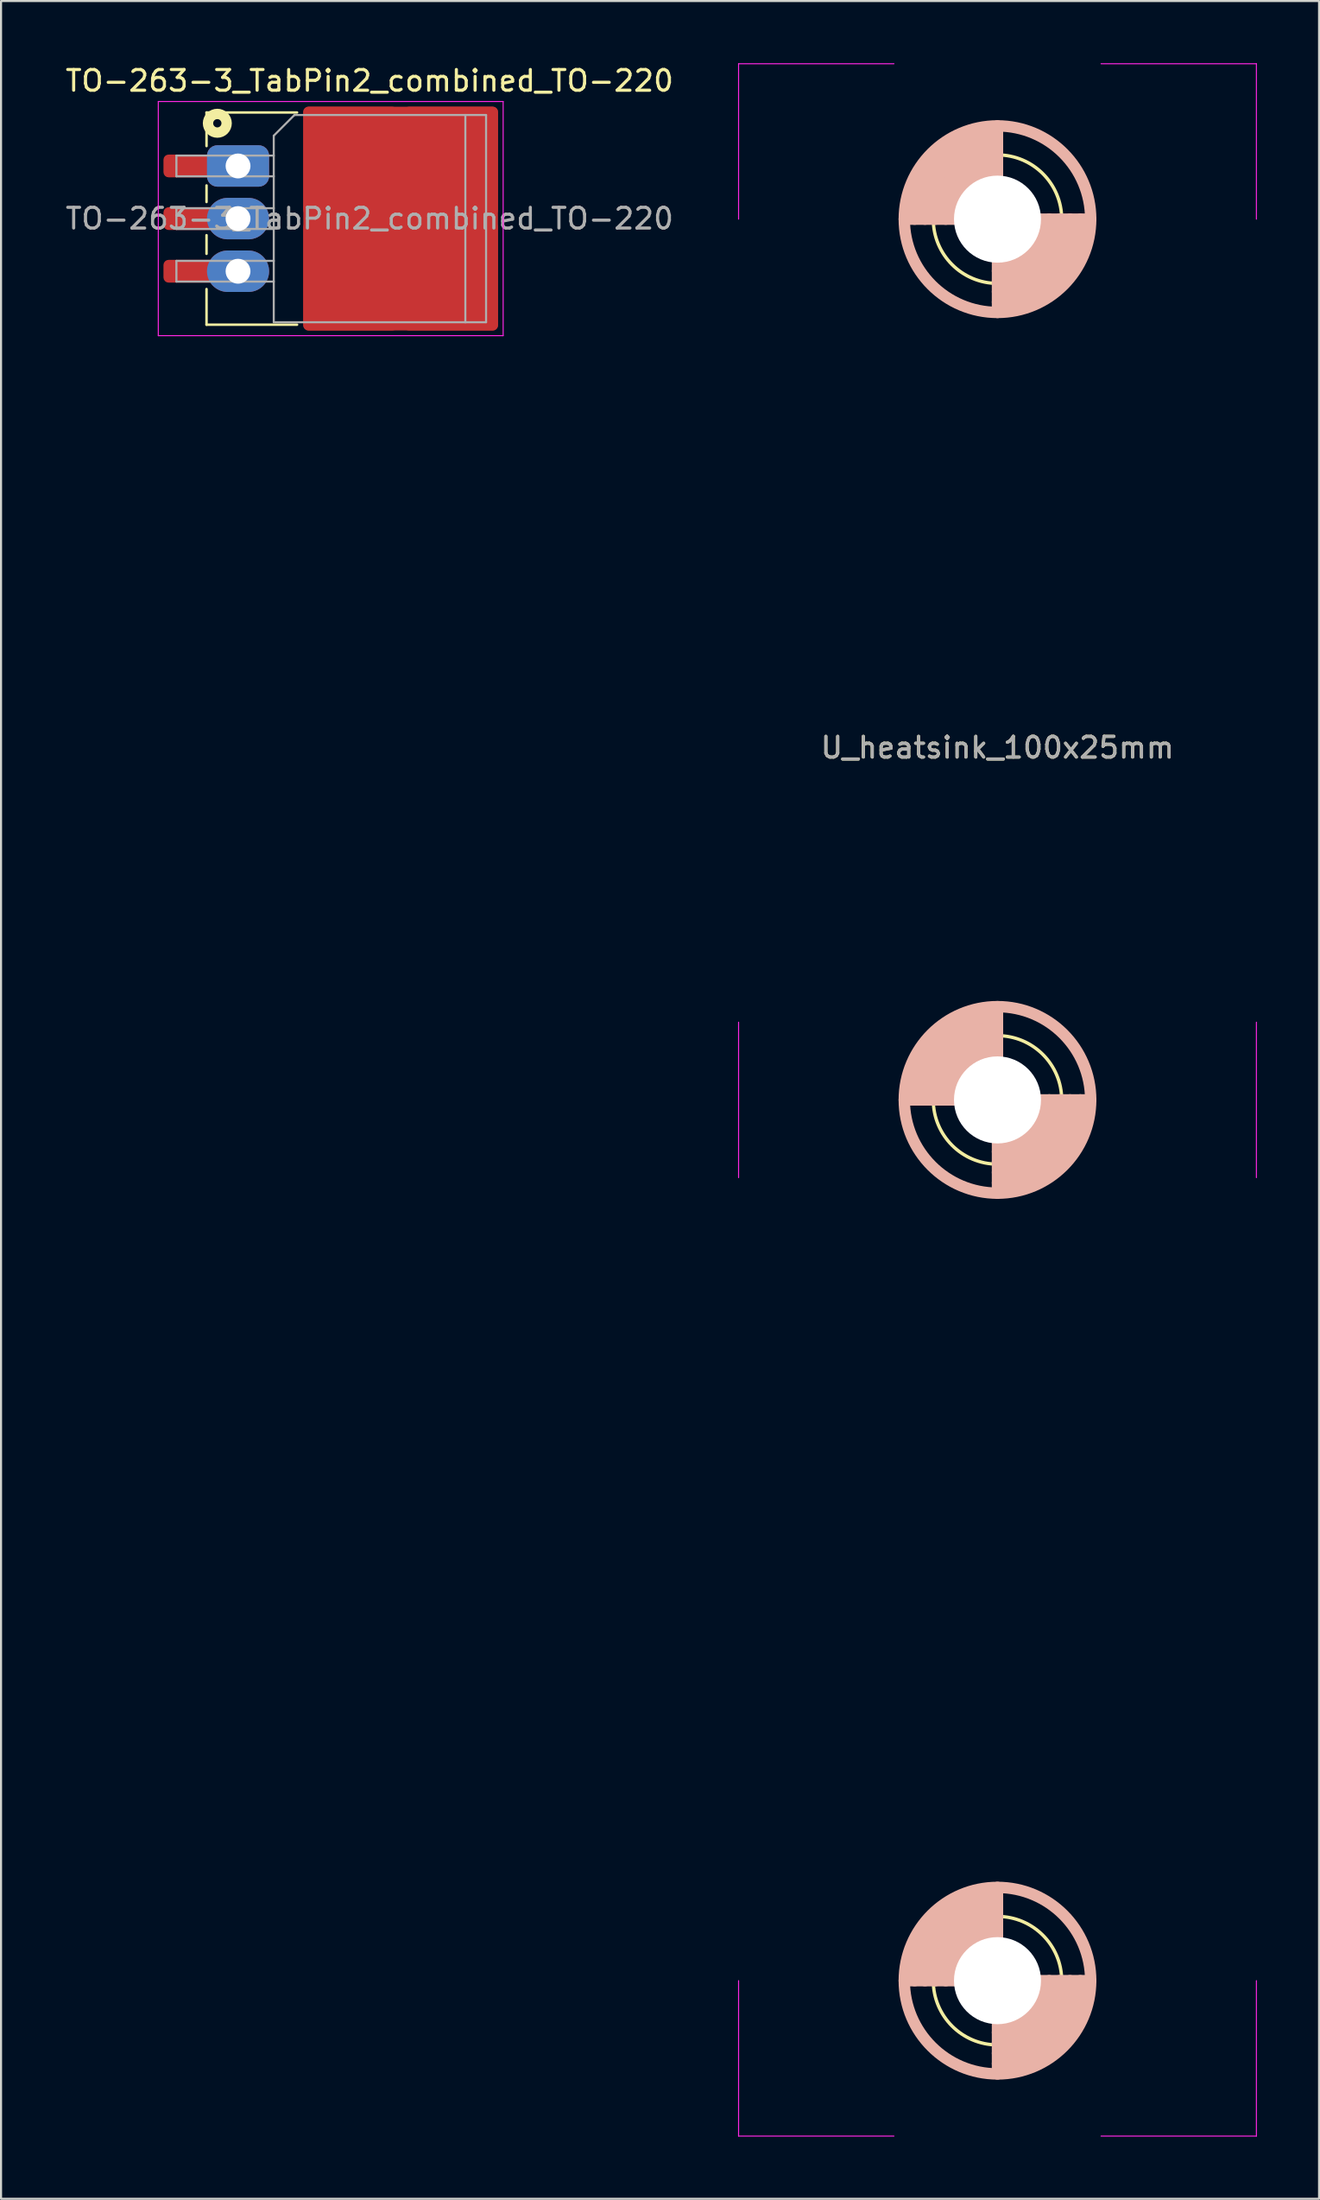
<source format=kicad_pcb>
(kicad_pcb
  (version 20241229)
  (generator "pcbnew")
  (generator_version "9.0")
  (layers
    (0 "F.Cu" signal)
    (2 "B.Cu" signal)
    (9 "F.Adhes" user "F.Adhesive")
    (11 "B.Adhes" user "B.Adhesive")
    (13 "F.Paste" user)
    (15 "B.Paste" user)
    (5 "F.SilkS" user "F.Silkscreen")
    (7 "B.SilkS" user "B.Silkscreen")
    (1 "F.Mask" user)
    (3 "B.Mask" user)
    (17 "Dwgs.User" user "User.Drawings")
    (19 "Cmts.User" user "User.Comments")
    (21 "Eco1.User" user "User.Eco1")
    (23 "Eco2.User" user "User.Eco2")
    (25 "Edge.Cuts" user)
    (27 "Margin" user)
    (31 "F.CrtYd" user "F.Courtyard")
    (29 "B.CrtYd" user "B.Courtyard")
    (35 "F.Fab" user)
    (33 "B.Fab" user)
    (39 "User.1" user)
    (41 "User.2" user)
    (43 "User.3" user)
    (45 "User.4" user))
  (footprint "U_heatsink_100x25mm"
    (layer "F.Cu")
    (at 45.108 50.025)
    (property "Reference" "U_heatsink_100x25mm" (at 0 -17 0) (layer "F.SilkS") (effects (font (size 1 1) (thickness 0.15))))
    (fp_circle (center 0 -42.5) (end -3.1 -42.5) (stroke (width 0.16) (type solid)) (fill no) (layer "F.SilkS"))
    (fp_circle (center 0 0) (end -3.1 0) (stroke (width 0.16) (type solid)) (fill no) (layer "F.SilkS"))
    (fp_circle (center 0 42.5) (end -3.1 42.5) (stroke (width 0.16) (type solid)) (fill no) (layer "F.SilkS"))
    (fp_line (start -4.5 0) (end 4.5 0) (stroke (width 0.55) (type solid)) (layer "B.SilkS"))
    (fp_line (start 0 -47) (end 0 -38) (stroke (width 0.55) (type solid)) (layer "B.SilkS"))
    (fp_line (start 0 -4.5) (end 0 4.5) (stroke (width 0.55) (type solid)) (layer "B.SilkS"))
    (fp_line (start 0 47) (end 0 38) (stroke (width 0.55) (type solid)) (layer "B.SilkS"))
    (fp_line (start 4.5 -42.5) (end -4.5 -42.5) (stroke (width 0.55) (type solid)) (layer "B.SilkS"))
    (fp_line (start 4.5 42.5) (end -4.5 42.5) (stroke (width 0.55) (type solid)) (layer "B.SilkS"))
    (fp_arc (start -4 -42.5) (mid -2.828427 -45.328427) (end 0 -46.5) (stroke (width 0.55) (type solid)) (layer "B.SilkS"))
    (fp_arc (start -4 0) (mid -2.828427 -2.828427) (end 0 -4) (stroke (width 0.55) (type solid)) (layer "B.SilkS"))
    (fp_arc (start -4 42.5) (mid -2.828427 39.671573) (end 0 38.5) (stroke (width 0.55) (type solid)) (layer "B.SilkS"))
    (fp_arc (start -3.5 -42.5) (mid -2.474874 -44.974874) (end 0 -46) (stroke (width 0.55) (type solid)) (layer "B.SilkS"))
    (fp_arc (start -3.5 0) (mid -2.474874 -2.474874) (end 0 -3.5) (stroke (width 0.55) (type solid)) (layer "B.SilkS"))
    (fp_arc (start -3.5 42.5) (mid -2.474874 40.025126) (end 0 39) (stroke (width 0.55) (type solid)) (layer "B.SilkS"))
    (fp_arc (start -3 -42.5) (mid -2.12132 -44.62132) (end 0 -45.5) (stroke (width 0.55) (type solid)) (layer "B.SilkS"))
    (fp_arc (start -3 0) (mid -2.12132 -2.12132) (end 0 -3) (stroke (width 0.55) (type solid)) (layer "B.SilkS"))
    (fp_arc (start -3 42.5) (mid -2.12132 40.37868) (end 0 39.5) (stroke (width 0.55) (type solid)) (layer "B.SilkS"))
    (fp_arc (start -2.5 -42.5) (mid -1.767767 -44.267767) (end 0 -45) (stroke (width 0.55) (type solid)) (layer "B.SilkS"))
    (fp_arc (start -2.5 0) (mid -1.767767 -1.767767) (end 0 -2.5) (stroke (width 0.55) (type solid)) (layer "B.SilkS"))
    (fp_arc (start -2.5 42.5) (mid -1.767767 40.732233) (end 0 40) (stroke (width 0.55) (type solid)) (layer "B.SilkS"))
    (fp_arc (start -2 -42.5) (mid -1.414214 -43.914214) (end 0 -44.5) (stroke (width 0.55) (type solid)) (layer "B.SilkS"))
    (fp_arc (start -2 0) (mid -1.414214 -1.414214) (end 0 -2) (stroke (width 0.55) (type solid)) (layer "B.SilkS"))
    (fp_arc (start -2 42.5) (mid -1.414214 41.085786) (end 0 40.5) (stroke (width 0.55) (type solid)) (layer "B.SilkS"))
    (fp_arc (start -1.5 -42.5) (mid -1.06066 -43.56066) (end 0 -44) (stroke (width 0.55) (type solid)) (layer "B.SilkS"))
    (fp_arc (start -1.5 0) (mid -1.06066 -1.06066) (end 0 -1.5) (stroke (width 0.55) (type solid)) (layer "B.SilkS"))
    (fp_arc (start -1.5 42.5) (mid -1.06066 41.43934) (end 0 41) (stroke (width 0.55) (type solid)) (layer "B.SilkS"))
    (fp_arc (start -1 -42.5) (mid -0.707107 -43.207107) (end 0 -43.5) (stroke (width 0.55) (type solid)) (layer "B.SilkS"))
    (fp_arc (start -1 0) (mid -0.707107 -0.707107) (end 0 -1) (stroke (width 0.55) (type solid)) (layer "B.SilkS"))
    (fp_arc (start -1 42.5) (mid -0.707107 41.792893) (end 0 41.5) (stroke (width 0.55) (type solid)) (layer "B.SilkS"))
    (fp_arc (start 1 -42.5) (mid 0.707107 -41.792893) (end 0 -41.5) (stroke (width 0.55) (type solid)) (layer "B.SilkS"))
    (fp_arc (start 1 0) (mid 0.707107 0.707107) (end 0 1) (stroke (width 0.55) (type solid)) (layer "B.SilkS"))
    (fp_arc (start 1 42.5) (mid 0.707107 43.207107) (end 0 43.5) (stroke (width 0.55) (type solid)) (layer "B.SilkS"))
    (fp_arc (start 1.5 -42.5) (mid 1.06066 -41.43934) (end 0 -41) (stroke (width 0.55) (type solid)) (layer "B.SilkS"))
    (fp_arc (start 1.5 0) (mid 1.06066 1.06066) (end 0 1.5) (stroke (width 0.55) (type solid)) (layer "B.SilkS"))
    (fp_arc (start 1.5 42.5) (mid 1.06066 43.56066) (end 0 44) (stroke (width 0.55) (type solid)) (layer "B.SilkS"))
    (fp_arc (start 2 -42.5) (mid 1.414214 -41.085786) (end 0 -40.5) (stroke (width 0.55) (type solid)) (layer "B.SilkS"))
    (fp_arc (start 2 0) (mid 1.414214 1.414214) (end 0 2) (stroke (width 0.55) (type solid)) (layer "B.SilkS"))
    (fp_arc (start 2 42.5) (mid 1.414214 43.914214) (end 0 44.5) (stroke (width 0.55) (type solid)) (layer "B.SilkS"))
    (fp_arc (start 2.5 -42.5) (mid 1.767767 -40.732233) (end 0 -40) (stroke (width 0.55) (type solid)) (layer "B.SilkS"))
    (fp_arc (start 2.5 0) (mid 1.767767 1.767767) (end 0 2.5) (stroke (width 0.55) (type solid)) (layer "B.SilkS"))
    (fp_arc (start 2.5 42.5) (mid 1.767767 44.267767) (end 0 45) (stroke (width 0.55) (type solid)) (layer "B.SilkS"))
    (fp_arc (start 3 -42.5) (mid 2.12132 -40.37868) (end 0 -39.5) (stroke (width 0.55) (type solid)) (layer "B.SilkS"))
    (fp_arc (start 3 0) (mid 2.12132 2.12132) (end 0 3) (stroke (width 0.55) (type solid)) (layer "B.SilkS"))
    (fp_arc (start 3 42.5) (mid 2.12132 44.62132) (end 0 45.5) (stroke (width 0.55) (type solid)) (layer "B.SilkS"))
    (fp_arc (start 3.5 -42.5) (mid 2.474874 -40.025126) (end 0 -39) (stroke (width 0.55) (type solid)) (layer "B.SilkS"))
    (fp_arc (start 3.5 0) (mid 2.474874 2.474874) (end 0 3.5) (stroke (width 0.55) (type solid)) (layer "B.SilkS"))
    (fp_arc (start 3.5 42.5) (mid 2.474874 44.974874) (end 0 46) (stroke (width 0.55) (type solid)) (layer "B.SilkS"))
    (fp_arc (start 4 -42.5) (mid 2.828427 -39.671573) (end 0 -38.5) (stroke (width 0.55) (type solid)) (layer "B.SilkS"))
    (fp_arc (start 4 0) (mid 2.828427 2.828427) (end 0 4) (stroke (width 0.55) (type solid)) (layer "B.SilkS"))
    (fp_arc (start 4 42.5) (mid 2.828427 45.328427) (end 0 46.5) (stroke (width 0.55) (type solid)) (layer "B.SilkS"))
    (fp_circle (center 0 -42.5) (end -4.5 -42.5) (stroke (width 0.55) (type solid)) (fill no) (layer "B.SilkS"))
    (fp_circle (center 0 0) (end -4.5 0) (stroke (width 0.55) (type solid)) (fill no) (layer "B.SilkS"))
    (fp_circle (center 0 42.5) (end -4.5 42.5) (stroke (width 0.55) (type solid)) (fill no) (layer "B.SilkS"))
    (fp_line (start -12.5 -50) (end -12.5 -42.5) (stroke (width 0.05) (type solid)) (layer "F.CrtYd"))
    (fp_line (start -12.5 -50) (end -5 -50) (stroke (width 0.05) (type solid)) (layer "F.CrtYd"))
    (fp_line (start -12.5 3.75) (end -12.5 -3.75) (stroke (width 0.05) (type solid)) (layer "F.CrtYd"))
    (fp_line (start -12.5 50) (end -12.5 42.5) (stroke (width 0.05) (type solid)) (layer "F.CrtYd"))
    (fp_line (start -12.5 50) (end -5 50) (stroke (width 0.05) (type solid)) (layer "F.CrtYd"))
    (fp_line (start 12.5 -50) (end 5 -50) (stroke (width 0.05) (type solid)) (layer "F.CrtYd"))
    (fp_line (start 12.5 -50) (end 12.5 -42.5) (stroke (width 0.05) (type solid)) (layer "F.CrtYd"))
    (fp_line (start 12.5 -3.75) (end 12.5 3.75) (stroke (width 0.05) (type solid)) (layer "F.CrtYd"))
    (fp_line (start 12.5 50) (end 5 50) (stroke (width 0.05) (type solid)) (layer "F.CrtYd"))
    (fp_line (start 12.5 50) (end 12.5 42.5) (stroke (width 0.05) (type solid)) (layer "F.CrtYd"))
    (fp_text user "${REFERENCE}" (at 0 -17 0) (layer "F.Fab") (effects (font (size 1 1) (thickness 0.15))))
    (pad "" np_thru_hole circle (at 0 -42.5) (size 4.2 4.2) (drill 4.2) (layers "*.Cu" "*.Mask"))
    (pad "" np_thru_hole circle (at 0 0) (size 4.2 4.2) (drill 4.2) (layers "*.Cu" "*.Mask"))
    (pad "" np_thru_hole circle (at 0 42.5) (size 4.2 4.2) (drill 4.2) (layers "*.Cu" "*.Mask")))
  (footprint "TO-263-3_TabPin2_combined_TO-220"
    (layer "F.Cu")
    (at 14.792 7.498)
    (property "Reference" "TO-263-3_TabPin2_combined_TO-220" (at 0 -6.65 0) (layer "F.SilkS") (effects (font (size 1 1) (thickness 0.15))))
    (attr smd)
    (fp_line (start -7.871 -5.12) (end -7.871 -3.5) (stroke (width 0.12) (type solid)) (layer "F.SilkS"))
    (fp_line (start -7.871 -1.6) (end -7.871 -0.8) (stroke (width 0.12) (type solid)) (layer "F.SilkS"))
    (fp_line (start -7.871 0.8) (end -7.871 1.7) (stroke (width 0.12) (type solid)) (layer "F.SilkS"))
    (fp_line (start -7.871 3.4) (end -7.871 5.12) (stroke (width 0.12) (type solid)) (layer "F.SilkS"))
    (fp_line (start -3.5 -5.12) (end -7.871 -5.12) (stroke (width 0.12) (type solid)) (layer "F.SilkS"))
    (fp_line (start -3.5 5.12) (end -7.871 5.12) (stroke (width 0.12) (type solid)) (layer "F.SilkS"))
    (fp_circle (center -7.35 -4.6) (end -7.15 -4.6) (stroke (width 0.5) (type default)) (fill no) (layer "F.SilkS"))
    (fp_line (start -10.2 -5.65) (end -10.2 5.65) (stroke (width 0.05) (type solid)) (layer "F.CrtYd"))
    (fp_line (start -10.2 5.65) (end 6.45 5.65) (stroke (width 0.05) (type solid)) (layer "F.CrtYd"))
    (fp_line (start 6.45 -5.65) (end -10.2 -5.65) (stroke (width 0.05) (type solid)) (layer "F.CrtYd"))
    (fp_line (start 6.45 5.65) (end 6.45 -5.65) (stroke (width 0.05) (type solid)) (layer "F.CrtYd"))
    (fp_line (start -9.325 -3.04) (end -9.325 -2.04) (stroke (width 0.1) (type solid)) (layer "F.Fab"))
    (fp_line (start -9.325 -2.04) (end -4.625 -2.04) (stroke (width 0.1) (type solid)) (layer "F.Fab"))
    (fp_line (start -9.325 -0.5) (end -9.325 0.5) (stroke (width 0.1) (type solid)) (layer "F.Fab"))
    (fp_line (start -9.325 0.5) (end -4.625 0.5) (stroke (width 0.1) (type solid)) (layer "F.Fab"))
    (fp_line (start -9.325 2.04) (end -9.325 3.04) (stroke (width 0.1) (type solid)) (layer "F.Fab"))
    (fp_line (start -9.325 3.04) (end -4.625 3.04) (stroke (width 0.1) (type solid)) (layer "F.Fab"))
    (fp_line (start -4.625 -4) (end -3.625 -5) (stroke (width 0.1) (type solid)) (layer "F.Fab"))
    (fp_line (start -4.625 -3.04) (end -9.325 -3.04) (stroke (width 0.1) (type solid)) (layer "F.Fab"))
    (fp_line (start -4.625 -0.5) (end -9.325 -0.5) (stroke (width 0.1) (type solid)) (layer "F.Fab"))
    (fp_line (start -4.625 2.04) (end -9.325 2.04) (stroke (width 0.1) (type solid)) (layer "F.Fab"))
    (fp_line (start -4.625 5) (end -4.625 -4) (stroke (width 0.1) (type solid)) (layer "F.Fab"))
    (fp_line (start -3.625 -5) (end 4.625 -5) (stroke (width 0.1) (type solid)) (layer "F.Fab"))
    (fp_line (start 4.625 -5) (end 4.625 5) (stroke (width 0.1) (type solid)) (layer "F.Fab"))
    (fp_line (start 4.625 -5) (end 5.625 -5) (stroke (width 0.1) (type solid)) (layer "F.Fab"))
    (fp_line (start 4.625 5) (end -4.625 5) (stroke (width 0.1) (type solid)) (layer "F.Fab"))
    (fp_line (start 5.625 -5) (end 5.625 5) (stroke (width 0.1) (type solid)) (layer "F.Fab"))
    (fp_line (start 5.625 5) (end 4.625 5) (stroke (width 0.1) (type solid)) (layer "F.Fab"))
    (fp_text user "${REFERENCE}" (at 0 0 0) (layer "F.Fab") (effects (font (size 1 1) (thickness 0.15))))
    (pad "1" smd roundrect (at -7.65 -2.54) (size 4.6 1.1) (layers "F.Cu" "F.Mask" "F.Paste") (roundrect_rratio 0.227))
    (pad "1" thru_hole roundrect (at -6.35 -2.54 270) (size 2 3) (drill 1.2) (layers "*.Cu" "*.Mask") (roundrect_rratio 0.25))
    (pad "2" smd roundrect (at -7.65 0) (size 4.6 1.1) (layers "F.Cu" "F.Mask" "F.Paste") (roundrect_rratio 0.227))
    (pad "2" thru_hole oval (at -6.35 0 270) (size 2 3) (drill 1.2) (layers "*.Cu" "*.Mask"))
    (pad "2" smd roundrect (at -0.925 -2.775) (size 4.55 5.25) (layers "F.Cu" "F.Paste") (roundrect_rratio 0.055))
    (pad "2" smd roundrect (at -0.925 2.775) (size 4.55 5.25) (layers "F.Cu" "F.Paste") (roundrect_rratio 0.055))
    (pad "2" smd roundrect (at 1.5 0) (size 9.4 10.8) (layers "F.Cu" "F.Mask") (roundrect_rratio 0.027))
    (pad "2" smd roundrect (at 3.925 -2.775) (size 4.55 5.25) (layers "F.Cu" "F.Paste") (roundrect_rratio 0.055))
    (pad "2" smd roundrect (at 3.925 2.775) (size 4.55 5.25) (layers "F.Cu" "F.Paste") (roundrect_rratio 0.055))
    (pad "3" smd roundrect (at -7.65 2.54) (size 4.6 1.1) (layers "F.Cu" "F.Mask" "F.Paste") (roundrect_rratio 0.227))
    (pad "3" thru_hole oval (at -6.35 2.54 270) (size 2 3) (drill 1.2) (layers "*.Cu" "*.Mask")))
  (gr_rect
    (start -3 -3)
    (end 60.633 103.05)
    (stroke (width 0.1) (type default))
    (fill no)
    (layer "Edge.Cuts")))
</source>
